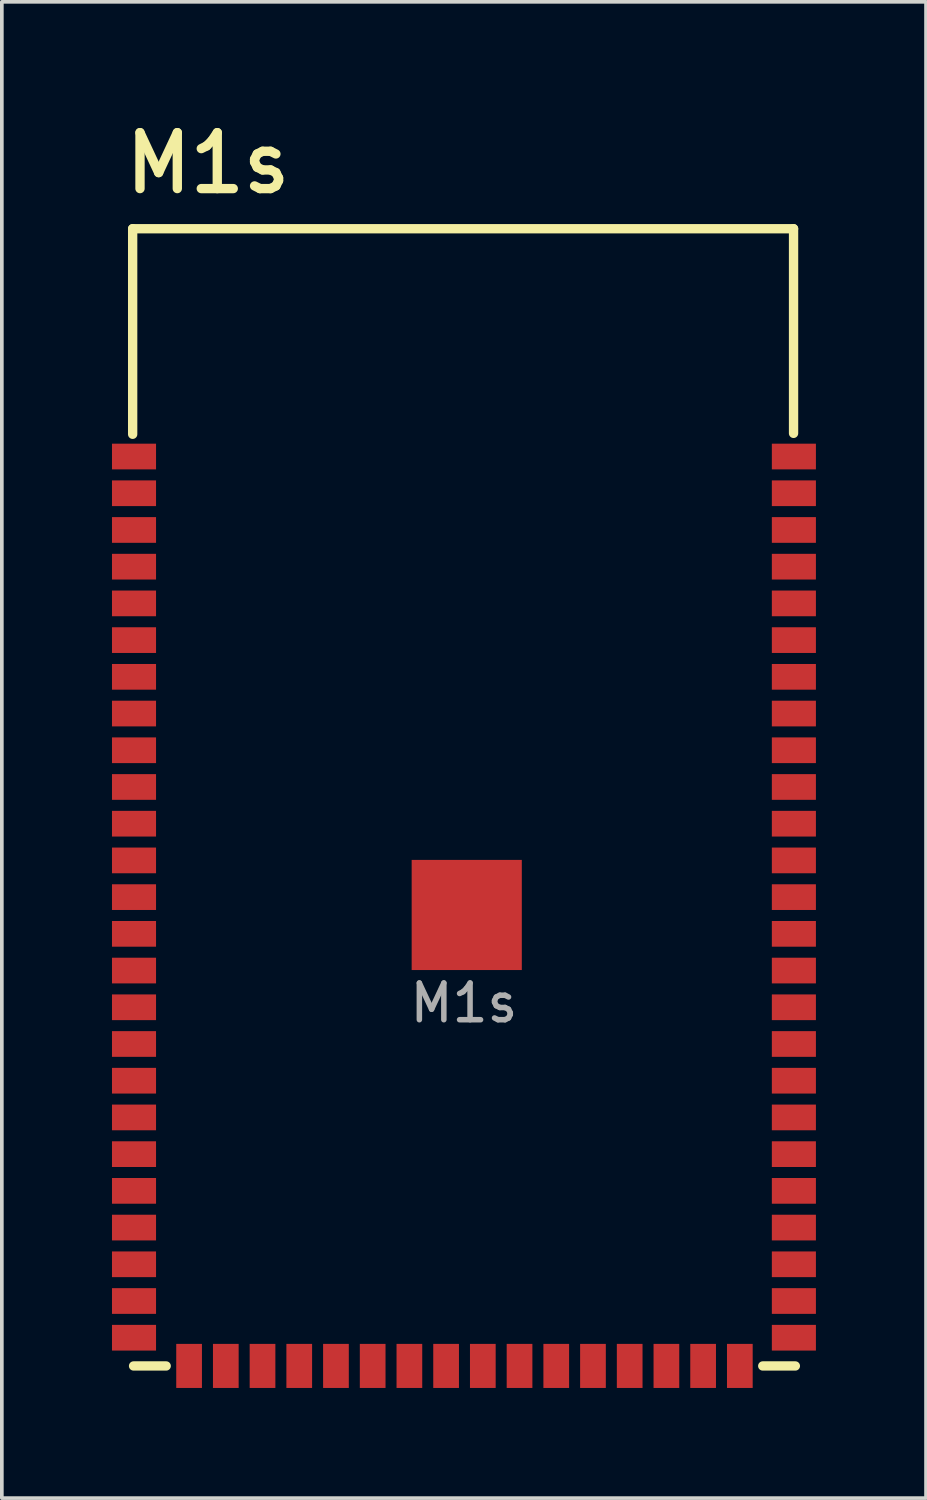
<source format=kicad_pcb>
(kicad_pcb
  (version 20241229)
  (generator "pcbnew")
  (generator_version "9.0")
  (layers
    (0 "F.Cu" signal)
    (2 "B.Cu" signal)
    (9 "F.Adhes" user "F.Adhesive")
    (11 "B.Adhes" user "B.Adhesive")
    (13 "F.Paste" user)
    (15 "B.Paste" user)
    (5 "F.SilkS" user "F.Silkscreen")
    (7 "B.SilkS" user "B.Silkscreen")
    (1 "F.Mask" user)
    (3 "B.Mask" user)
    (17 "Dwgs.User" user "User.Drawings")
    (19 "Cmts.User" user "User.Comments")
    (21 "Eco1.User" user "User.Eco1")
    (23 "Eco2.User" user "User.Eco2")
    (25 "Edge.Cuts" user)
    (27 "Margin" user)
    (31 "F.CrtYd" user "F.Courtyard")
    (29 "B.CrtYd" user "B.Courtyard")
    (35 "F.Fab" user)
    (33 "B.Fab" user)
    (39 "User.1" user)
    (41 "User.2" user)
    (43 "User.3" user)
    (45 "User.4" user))
  (footprint "M1s"
    (layer "F.Cu")
    (at 9.586 21.768)
    (property "Reference" "M1s" (at -9.353 -19.482 0) (unlocked yes) (layer "F.SilkS") (effects (font (size 1.524 1.524) (thickness 0.254)) (justify left bottom)))
    (attr smd)
    (fp_line (start -9.023 -18.589) (end 8.977 -18.589) (stroke (width 0.254) (type solid)) (layer "F.SilkS"))
    (fp_line (start -9.023 -12.99) (end -9.023 -18.589) (stroke (width 0.254) (type solid)) (layer "F.SilkS"))
    (fp_line (start -8.998 12.385) (end -8.11 12.385) (stroke (width 0.254) (type solid)) (layer "F.SilkS"))
    (fp_line (start 8.138 12.385) (end 9.026 12.385) (stroke (width 0.254) (type solid)) (layer "F.SilkS"))
    (fp_line (start 8.977 -13.015) (end 8.977 -18.589) (stroke (width 0.254) (type solid)) (layer "F.SilkS"))
    (fp_text user "${REFERENCE}" (at 0 2.5 0) (unlocked yes) (layer "F.Fab") (effects (font (size 1 1) (thickness 0.15))))
    (pad "1" smd rect (at -8.986 -12.384 90) (size 0.7 1.2) (layers "F.Cu" "F.Mask" "F.Paste"))
    (pad "2" smd rect (at -8.986 -11.384 90) (size 0.7 1.2) (layers "F.Cu" "F.Mask" "F.Paste"))
    (pad "3" smd rect (at -8.986 -10.384 90) (size 0.7 1.2) (layers "F.Cu" "F.Mask" "F.Paste"))
    (pad "4" smd rect (at -8.986 -9.384 90) (size 0.7 1.2) (layers "F.Cu" "F.Mask" "F.Paste"))
    (pad "5" smd rect (at -8.986 -8.384 90) (size 0.7 1.2) (layers "F.Cu" "F.Mask" "F.Paste"))
    (pad "6" smd rect (at -8.986 -7.384 90) (size 0.7 1.2) (layers "F.Cu" "F.Mask" "F.Paste"))
    (pad "7" smd rect (at -8.986 -6.384 90) (size 0.7 1.2) (layers "F.Cu" "F.Mask" "F.Paste"))
    (pad "8" smd rect (at -8.986 -5.384 90) (size 0.7 1.2) (layers "F.Cu" "F.Mask" "F.Paste"))
    (pad "9" smd rect (at -8.986 -4.384 90) (size 0.7 1.2) (layers "F.Cu" "F.Mask" "F.Paste"))
    (pad "10" smd rect (at -8.986 -3.384 90) (size 0.7 1.2) (layers "F.Cu" "F.Mask" "F.Paste"))
    (pad "11" smd rect (at -8.986 -2.384 90) (size 0.7 1.2) (layers "F.Cu" "F.Mask" "F.Paste"))
    (pad "12" smd rect (at -8.986 -1.384 90) (size 0.7 1.2) (layers "F.Cu" "F.Mask" "F.Paste"))
    (pad "13" smd rect (at -8.986 -0.384 90) (size 0.7 1.2) (layers "F.Cu" "F.Mask" "F.Paste"))
    (pad "14" smd rect (at -8.986 0.616 90) (size 0.7 1.2) (layers "F.Cu" "F.Mask" "F.Paste"))
    (pad "15" smd rect (at -8.986 1.616 90) (size 0.7 1.2) (layers "F.Cu" "F.Mask" "F.Paste"))
    (pad "16" smd rect (at -8.986 2.616 90) (size 0.7 1.2) (layers "F.Cu" "F.Mask" "F.Paste"))
    (pad "17" smd rect (at -8.986 3.616 90) (size 0.7 1.2) (layers "F.Cu" "F.Mask" "F.Paste"))
    (pad "18" smd rect (at -8.986 4.616 90) (size 0.7 1.2) (layers "F.Cu" "F.Mask" "F.Paste"))
    (pad "19" smd rect (at -8.986 5.616 90) (size 0.7 1.2) (layers "F.Cu" "F.Mask" "F.Paste"))
    (pad "20" smd rect (at -8.986 6.616 90) (size 0.7 1.2) (layers "F.Cu" "F.Mask" "F.Paste"))
    (pad "21" smd rect (at -8.986 7.616 90) (size 0.7 1.2) (layers "F.Cu" "F.Mask" "F.Paste"))
    (pad "22" smd rect (at -8.986 8.616 90) (size 0.7 1.2) (layers "F.Cu" "F.Mask" "F.Paste"))
    (pad "23" smd rect (at -8.986 9.616 90) (size 0.7 1.2) (layers "F.Cu" "F.Mask" "F.Paste"))
    (pad "24" smd rect (at -8.986 10.616 90) (size 0.7 1.2) (layers "F.Cu" "F.Mask" "F.Paste"))
    (pad "25" smd rect (at -8.986 11.616 90) (size 0.7 1.2) (layers "F.Cu" "F.Mask" "F.Paste"))
    (pad "26" smd rect (at -7.486 12.384 180) (size 0.7 1.2) (layers "F.Cu" "F.Mask" "F.Paste"))
    (pad "27" smd rect (at -6.486 12.384 180) (size 0.7 1.2) (layers "F.Cu" "F.Mask" "F.Paste"))
    (pad "28" smd rect (at -5.486 12.384 180) (size 0.7 1.2) (layers "F.Cu" "F.Mask" "F.Paste"))
    (pad "29" smd rect (at -4.486 12.384 180) (size 0.7 1.2) (layers "F.Cu" "F.Mask" "F.Paste"))
    (pad "30" smd rect (at -3.486 12.384 180) (size 0.7 1.2) (layers "F.Cu" "F.Mask" "F.Paste"))
    (pad "31" smd rect (at -2.486 12.384 180) (size 0.7 1.2) (layers "F.Cu" "F.Mask" "F.Paste"))
    (pad "32" smd rect (at -1.486 12.384 180) (size 0.7 1.2) (layers "F.Cu" "F.Mask" "F.Paste"))
    (pad "33" smd rect (at -0.486 12.384 180) (size 0.7 1.2) (layers "F.Cu" "F.Mask" "F.Paste"))
    (pad "34" smd rect (at 0.514 12.384 180) (size 0.7 1.2) (layers "F.Cu" "F.Mask" "F.Paste"))
    (pad "35" smd rect (at 1.514 12.384 180) (size 0.7 1.2) (layers "F.Cu" "F.Mask" "F.Paste"))
    (pad "36" smd rect (at 2.514 12.384 180) (size 0.7 1.2) (layers "F.Cu" "F.Mask" "F.Paste"))
    (pad "37" smd rect (at 3.514 12.384 180) (size 0.7 1.2) (layers "F.Cu" "F.Mask" "F.Paste"))
    (pad "38" smd rect (at 4.514 12.384 180) (size 0.7 1.2) (layers "F.Cu" "F.Mask" "F.Paste"))
    (pad "39" smd rect (at 5.514 12.384 180) (size 0.7 1.2) (layers "F.Cu" "F.Mask" "F.Paste"))
    (pad "40" smd rect (at 6.514 12.384 180) (size 0.7 1.2) (layers "F.Cu" "F.Mask" "F.Paste"))
    (pad "41" smd rect (at 7.514 12.384 180) (size 0.7 1.2) (layers "F.Cu" "F.Mask" "F.Paste"))
    (pad "42" smd rect (at 8.986 11.616 90) (size 0.7 1.2) (layers "F.Cu" "F.Mask" "F.Paste"))
    (pad "43" smd rect (at 8.986 10.616 90) (size 0.7 1.2) (layers "F.Cu" "F.Mask" "F.Paste"))
    (pad "44" smd rect (at 8.986 9.616 90) (size 0.7 1.2) (layers "F.Cu" "F.Mask" "F.Paste"))
    (pad "45" smd rect (at 8.986 8.616 90) (size 0.7 1.2) (layers "F.Cu" "F.Mask" "F.Paste"))
    (pad "46" smd rect (at 8.986 7.616 90) (size 0.7 1.2) (layers "F.Cu" "F.Mask" "F.Paste"))
    (pad "47" smd rect (at 8.986 6.616 90) (size 0.7 1.2) (layers "F.Cu" "F.Mask" "F.Paste"))
    (pad "48" smd rect (at 8.986 5.616 90) (size 0.7 1.2) (layers "F.Cu" "F.Mask" "F.Paste"))
    (pad "49" smd rect (at 8.986 4.616 90) (size 0.7 1.2) (layers "F.Cu" "F.Mask" "F.Paste"))
    (pad "50" smd rect (at 8.986 3.616 90) (size 0.7 1.2) (layers "F.Cu" "F.Mask" "F.Paste"))
    (pad "51" smd rect (at 8.986 2.616 90) (size 0.7 1.2) (layers "F.Cu" "F.Mask" "F.Paste"))
    (pad "52" smd rect (at 8.986 1.616 90) (size 0.7 1.2) (layers "F.Cu" "F.Mask" "F.Paste"))
    (pad "53" smd rect (at 8.986 0.616 90) (size 0.7 1.2) (layers "F.Cu" "F.Mask" "F.Paste"))
    (pad "54" smd rect (at 8.986 -0.384 90) (size 0.7 1.2) (layers "F.Cu" "F.Mask" "F.Paste"))
    (pad "55" smd rect (at 8.986 -1.384 90) (size 0.7 1.2) (layers "F.Cu" "F.Mask" "F.Paste"))
    (pad "56" smd rect (at 8.986 -2.384 90) (size 0.7 1.2) (layers "F.Cu" "F.Mask" "F.Paste"))
    (pad "57" smd rect (at 8.986 -3.384 90) (size 0.7 1.2) (layers "F.Cu" "F.Mask" "F.Paste"))
    (pad "58" smd rect (at 8.986 -4.384 90) (size 0.7 1.2) (layers "F.Cu" "F.Mask" "F.Paste"))
    (pad "59" smd rect (at 8.986 -5.384 90) (size 0.7 1.2) (layers "F.Cu" "F.Mask" "F.Paste"))
    (pad "60" smd rect (at 8.986 -6.384 90) (size 0.7 1.2) (layers "F.Cu" "F.Mask" "F.Paste"))
    (pad "61" smd rect (at 8.986 -7.384 90) (size 0.7 1.2) (layers "F.Cu" "F.Mask" "F.Paste"))
    (pad "62" smd rect (at 8.986 -8.384 90) (size 0.7 1.2) (layers "F.Cu" "F.Mask" "F.Paste"))
    (pad "63" smd rect (at 8.986 -9.384 90) (size 0.7 1.2) (layers "F.Cu" "F.Mask" "F.Paste"))
    (pad "64" smd rect (at 8.986 -10.384 90) (size 0.7 1.2) (layers "F.Cu" "F.Mask" "F.Paste"))
    (pad "65" smd rect (at 8.986 -11.384 90) (size 0.7 1.2) (layers "F.Cu" "F.Mask" "F.Paste"))
    (pad "66" smd rect (at 8.986 -12.384 90) (size 0.7 1.2) (layers "F.Cu" "F.Mask" "F.Paste"))
    (pad "67" smd rect (at 0.076 0.102) (size 3 3) (layers "F.Cu" "F.Mask" "F.Paste"))
    (zone (net_name "") (layers "*.SilkS") (hatch edge 0.5) (connect_pads) (min_thickness 0.25) (filled_areas_thickness no) (keepout (tracks not_allowed) (vias not_allowed) (pads not_allowed) (copperpour not_allowed) (footprints not_allowed)) (placement (enabled no)) (fill) (polygon (pts (xy 0.563 3.179) (xy 18.563 3.179) (xy 18.563 8.753) (xy 0.563 8.778)))))
  (gr_rect
    (start -3 -3)
    (end 22.171 37.752)
    (stroke (width 0.1) (type default))
    (fill no)
    (layer "Edge.Cuts")))
</source>
